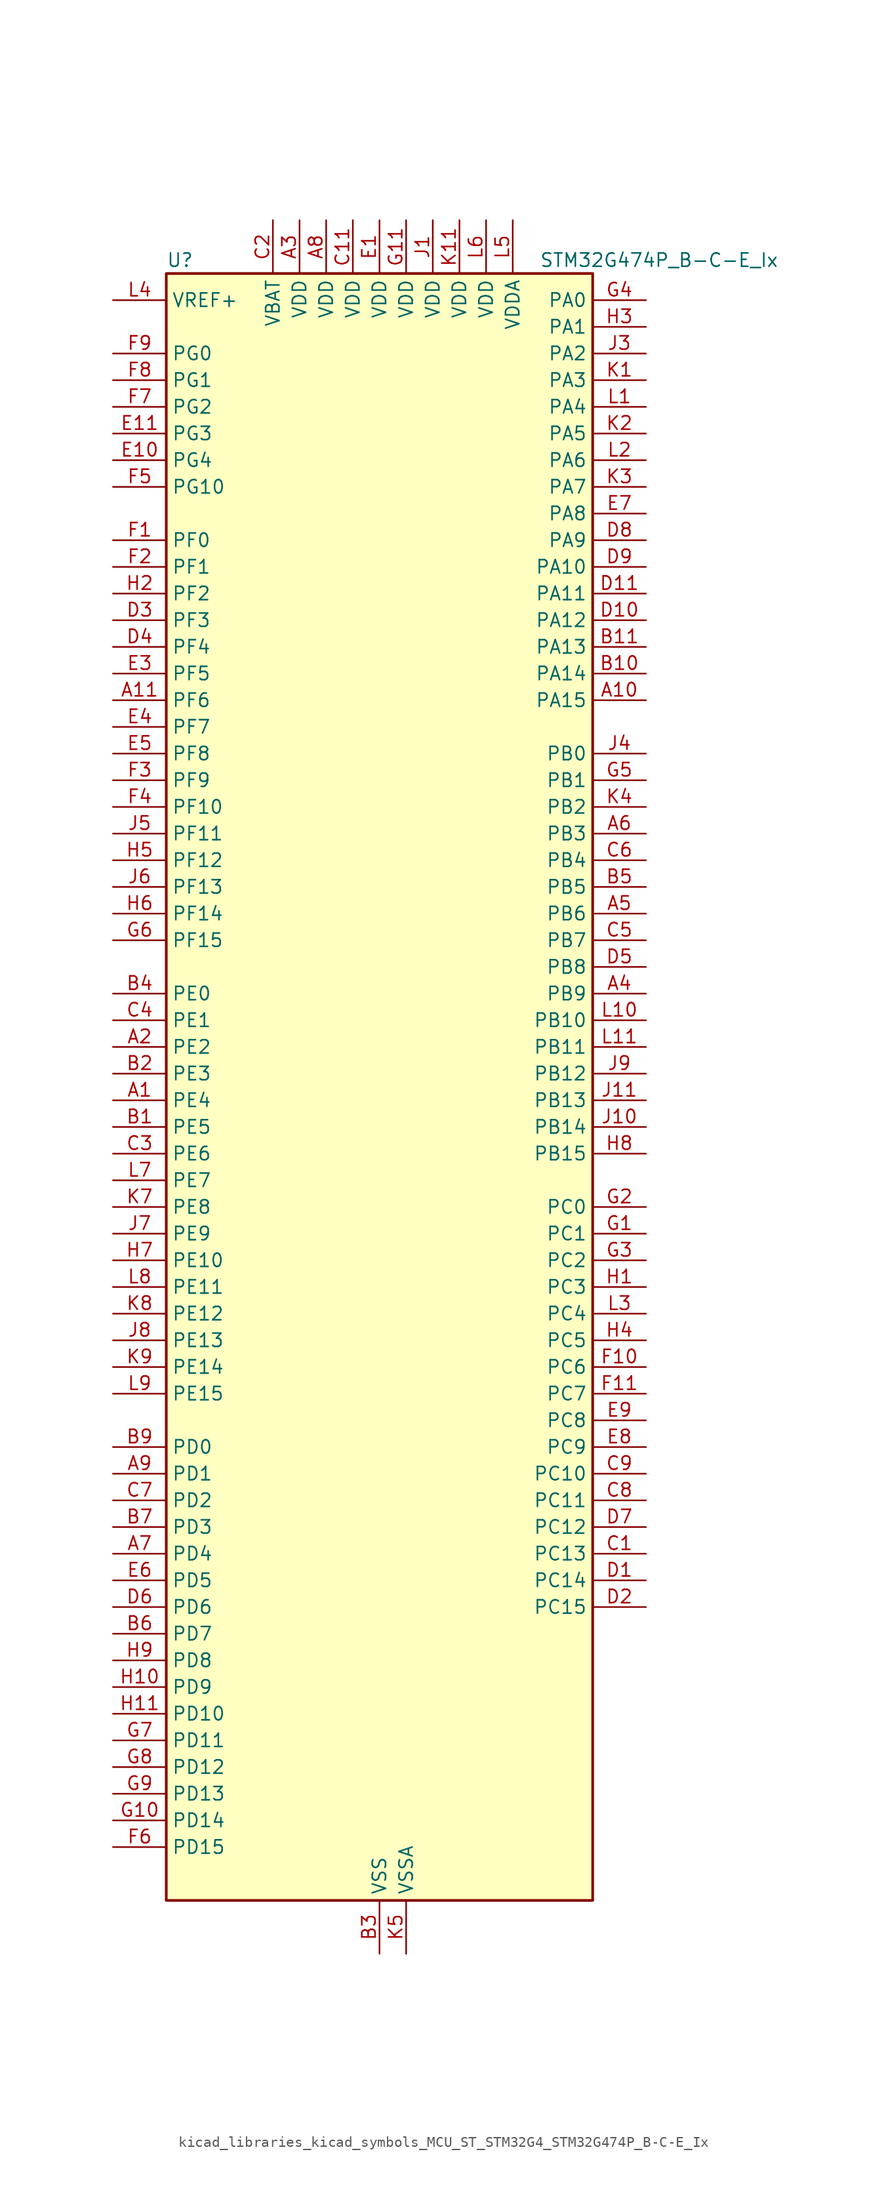
<source format=kicad_sym>
(kicad_symbol_lib
  (version 20220914)
  (generator kicad_symbol_editor)
  (symbol "kicad_libraries_kicad_symbols_MCU_ST_STM32G4_STM32G474P_B-C-E_Ix"
    (property "Reference" "U"
      (at -20.32 80.01 0)
      (effects (font (size 1.27 1.27)) (justify left)))
    (property "Value" "STM32G474P_B-C-E_Ix"
      (at 15.24 80.01 0)
      (effects (font (size 1.27 1.27)) (justify left)))
    (property "ki_locked" ""
      (at 0 0 0)
      (effects (font (size 1.27 1.27))))
    (symbol "kicad_libraries_kicad_symbols_MCU_ST_STM32G4_STM32G474P_B-C-E_Ix_0_1"
      (rectangle (start -20.32 -76.2) (end 20.32 78.74) (stroke (width 0.254) (type default)) (fill (type background))))
    (symbol "kicad_libraries_kicad_symbols_MCU_ST_STM32G4_STM32G474P_B-C-E_Ix_1_1"
      (pin bidirectional line (at -25.4 0 0) (length 5.08) (name "PE4" (effects (font (size 1.27 1.27)))) (number "A1" (effects (font (size 1.27 1.27)))) (alternate "FMC_A20" bidirectional line) (alternate "SAI1_D2" bidirectional line) (alternate "SAI1_FS_A" bidirectional line) (alternate "SPI4_NSS" bidirectional line) (alternate "SYS_TRACED1" bidirectional line) (alternate "TIM20_CH1N" bidirectional line) (alternate "TIM3_CH3" bidirectional line))
      (pin bidirectional line (at 25.4 38.1 180) (length 5.08) (name "PA15" (effects (font (size 1.27 1.27)))) (number "A10" (effects (font (size 1.27 1.27)))) (alternate "ADC1_EXTI15" bidirectional line) (alternate "ADC2_EXTI15" bidirectional line) (alternate "FDCAN3_TX" bidirectional line) (alternate "HRTIM1_FLT2" bidirectional line) (alternate "I2C1_SCL" bidirectional line) (alternate "I2S3_WS" bidirectional line) (alternate "SPI1_NSS" bidirectional line) (alternate "SPI3_NSS" bidirectional line) (alternate "SYS_JTDI" bidirectional line) (alternate "TIM1_BKIN" bidirectional line) (alternate "TIM2_CH1" bidirectional line) (alternate "TIM2_ETR" bidirectional line) (alternate "TIM8_CH1" bidirectional line) (alternate "UART4_DE" bidirectional line) (alternate "UART4_RTS" bidirectional line) (alternate "USART2_RX" bidirectional line))
      (pin bidirectional line (at -25.4 38.1 0) (length 5.08) (name "PF6" (effects (font (size 1.27 1.27)))) (number "A11" (effects (font (size 1.27 1.27)))) (alternate "I2C2_SCL" bidirectional line) (alternate "QUADSPI1_BK1_IO3" bidirectional line) (alternate "SAI1_SD_B" bidirectional line) (alternate "TIM4_CH4" bidirectional line) (alternate "TIM5_CH1" bidirectional line) (alternate "TIM5_ETR" bidirectional line) (alternate "USART3_RTS" bidirectional line))
      (pin bidirectional line (at -25.4 5.08 0) (length 5.08) (name "PE2" (effects (font (size 1.27 1.27)))) (number "A2" (effects (font (size 1.27 1.27)))) (alternate "ADC3_EXTI2" bidirectional line) (alternate "ADC4_EXTI2" bidirectional line) (alternate "ADC5_EXTI2" bidirectional line) (alternate "FMC_A23" bidirectional line) (alternate "SAI1_CK1" bidirectional line) (alternate "SAI1_MCLK_A" bidirectional line) (alternate "SPI4_SCK" bidirectional line) (alternate "SYS_TRACECLK" bidirectional line) (alternate "TIM20_CH1" bidirectional line) (alternate "TIM3_CH1" bidirectional line))
      (pin power_in line (at -7.62 83.82 270) (length 5.08) (name "VDD" (effects (font (size 1.27 1.27)))) (number "A3" (effects (font (size 1.27 1.27)))))
      (pin bidirectional line (at 25.4 10.16 180) (length 5.08) (name "PB9" (effects (font (size 1.27 1.27)))) (number "A4" (effects (font (size 1.27 1.27)))) (alternate "COMP2_OUT" bidirectional line) (alternate "DAC1_EXTI9" bidirectional line) (alternate "DAC2_EXTI9" bidirectional line) (alternate "DAC3_EXTI9" bidirectional line) (alternate "DAC4_EXTI9" bidirectional line) (alternate "FDCAN1_TX" bidirectional line) (alternate "HRTIM1_EEV5" bidirectional line) (alternate "I2C1_SDA" bidirectional line) (alternate "IR_OUT" bidirectional line) (alternate "SAI1_D2" bidirectional line) (alternate "SAI1_FS_A" bidirectional line) (alternate "TIM17_CH1" bidirectional line) (alternate "TIM1_CH3N" bidirectional line) (alternate "TIM4_CH4" bidirectional line) (alternate "TIM8_CH3" bidirectional line) (alternate "USART3_TX" bidirectional line))
      (pin bidirectional line (at 25.4 17.78 180) (length 5.08) (name "PB6" (effects (font (size 1.27 1.27)))) (number "A5" (effects (font (size 1.27 1.27)))) (alternate "COMP4_OUT" bidirectional line) (alternate "FDCAN2_TX" bidirectional line) (alternate "HRTIM1_EEV4" bidirectional line) (alternate "HRTIM1_SCIN" bidirectional line) (alternate "LPTIM1_ETR" bidirectional line) (alternate "SAI1_FS_B" bidirectional line) (alternate "TIM16_CH1N" bidirectional line) (alternate "TIM4_CH1" bidirectional line) (alternate "TIM8_BKIN2" bidirectional line) (alternate "TIM8_CH1" bidirectional line) (alternate "TIM8_ETR" bidirectional line) (alternate "UCPD1_CC1" bidirectional line) (alternate "USART1_TX" bidirectional line))
      (pin bidirectional line (at 25.4 25.4 180) (length 5.08) (name "PB3" (effects (font (size 1.27 1.27)))) (number "A6" (effects (font (size 1.27 1.27)))) (alternate "ADC3_EXTI3" bidirectional line) (alternate "ADC4_EXTI3" bidirectional line) (alternate "ADC5_EXTI3" bidirectional line) (alternate "CRS_SYNC" bidirectional line) (alternate "FDCAN3_RX" bidirectional line) (alternate "HRTIM1_EEV9" bidirectional line) (alternate "HRTIM1_SCOUT" bidirectional line) (alternate "I2S3_CK" bidirectional line) (alternate "SAI1_SCK_B" bidirectional line) (alternate "SPI1_SCK" bidirectional line) (alternate "SPI3_SCK" bidirectional line) (alternate "SYS_JTDO-SWO" bidirectional line) (alternate "TIM2_CH2" bidirectional line) (alternate "TIM3_ETR" bidirectional line) (alternate "TIM4_ETR" bidirectional line) (alternate "TIM8_CH1N" bidirectional line) (alternate "USART2_TX" bidirectional line))
      (pin bidirectional line (at -25.4 -43.18 0) (length 5.08) (name "PD4" (effects (font (size 1.27 1.27)))) (number "A7" (effects (font (size 1.27 1.27)))) (alternate "FMC_NOE" bidirectional line) (alternate "QUADSPI1_BK2_IO0" bidirectional line) (alternate "TIM2_CH2" bidirectional line) (alternate "USART2_DE" bidirectional line) (alternate "USART2_RTS" bidirectional line))
      (pin power_in line (at -5.08 83.82 270) (length 5.08) (name "VDD" (effects (font (size 1.27 1.27)))) (number "A8" (effects (font (size 1.27 1.27)))))
      (pin bidirectional line (at -25.4 -35.56 0) (length 5.08) (name "PD1" (effects (font (size 1.27 1.27)))) (number "A9" (effects (font (size 1.27 1.27)))) (alternate "FDCAN1_TX" bidirectional line) (alternate "FMC_D3" bidirectional line) (alternate "FMC_DA3" bidirectional line) (alternate "TIM8_BKIN2" bidirectional line) (alternate "TIM8_CH4" bidirectional line))
      (pin bidirectional line (at -25.4 -2.54 0) (length 5.08) (name "PE5" (effects (font (size 1.27 1.27)))) (number "B1" (effects (font (size 1.27 1.27)))) (alternate "FMC_A21" bidirectional line) (alternate "SAI1_CK2" bidirectional line) (alternate "SAI1_SCK_A" bidirectional line) (alternate "SPI4_MISO" bidirectional line) (alternate "SYS_TRACED2" bidirectional line) (alternate "TIM20_CH2N" bidirectional line) (alternate "TIM3_CH4" bidirectional line))
      (pin bidirectional line (at 25.4 40.64 180) (length 5.08) (name "PA14" (effects (font (size 1.27 1.27)))) (number "B10" (effects (font (size 1.27 1.27)))) (alternate "I2C1_SDA" bidirectional line) (alternate "I2C4_SMBA" bidirectional line) (alternate "LPTIM1_OUT" bidirectional line) (alternate "SAI1_FS_B" bidirectional line) (alternate "SYS_JTCK-SWCLK" bidirectional line) (alternate "TIM1_BKIN" bidirectional line) (alternate "TIM8_CH2" bidirectional line) (alternate "USART2_TX" bidirectional line))
      (pin bidirectional line (at 25.4 43.18 180) (length 5.08) (name "PA13" (effects (font (size 1.27 1.27)))) (number "B11" (effects (font (size 1.27 1.27)))) (alternate "I2C1_SCL" bidirectional line) (alternate "I2C4_SCL" bidirectional line) (alternate "IR_OUT" bidirectional line) (alternate "SAI1_SD_B" bidirectional line) (alternate "SYS_JTMS-SWDIO" bidirectional line) (alternate "TIM16_CH1N" bidirectional line) (alternate "TIM4_CH3" bidirectional line) (alternate "USART3_CTS" bidirectional line) (alternate "USART3_NSS" bidirectional line))
      (pin bidirectional line (at -25.4 2.54 0) (length 5.08) (name "PE3" (effects (font (size 1.27 1.27)))) (number "B2" (effects (font (size 1.27 1.27)))) (alternate "ADC3_EXTI3" bidirectional line) (alternate "ADC4_EXTI3" bidirectional line) (alternate "ADC5_EXTI3" bidirectional line) (alternate "FMC_A19" bidirectional line) (alternate "SAI1_SD_B" bidirectional line) (alternate "SPI4_NSS" bidirectional line) (alternate "SYS_TRACED0" bidirectional line) (alternate "TIM20_CH2" bidirectional line) (alternate "TIM3_CH2" bidirectional line))
      (pin power_in line (at 0 -81.28 90) (length 5.08) (name "VSS" (effects (font (size 1.27 1.27)))) (number "B3" (effects (font (size 1.27 1.27)))))
      (pin bidirectional line (at -25.4 10.16 0) (length 5.08) (name "PE0" (effects (font (size 1.27 1.27)))) (number "B4" (effects (font (size 1.27 1.27)))) (alternate "FMC_NBL0" bidirectional line) (alternate "TIM16_CH1" bidirectional line) (alternate "TIM20_CH4N" bidirectional line) (alternate "TIM20_ETR" bidirectional line) (alternate "TIM4_ETR" bidirectional line) (alternate "USART1_TX" bidirectional line))
      (pin bidirectional line (at 25.4 20.32 180) (length 5.08) (name "PB5" (effects (font (size 1.27 1.27)))) (number "B5" (effects (font (size 1.27 1.27)))) (alternate "FDCAN2_RX" bidirectional line) (alternate "HRTIM1_EEV6" bidirectional line) (alternate "I2C1_SMBA" bidirectional line) (alternate "I2C3_SDA" bidirectional line) (alternate "I2S3_SD" bidirectional line) (alternate "LPTIM1_IN1" bidirectional line) (alternate "SAI1_SD_B" bidirectional line) (alternate "SPI1_MOSI" bidirectional line) (alternate "SPI3_MOSI" bidirectional line) (alternate "TIM16_BKIN" bidirectional line) (alternate "TIM17_CH1" bidirectional line) (alternate "TIM3_CH2" bidirectional line) (alternate "TIM8_CH3N" bidirectional line) (alternate "UART5_CTS" bidirectional line) (alternate "USART2_CK" bidirectional line))
      (pin bidirectional line (at -25.4 -50.8 0) (length 5.08) (name "PD7" (effects (font (size 1.27 1.27)))) (number "B6" (effects (font (size 1.27 1.27)))) (alternate "FMC_NCE" bidirectional line) (alternate "FMC_NE1" bidirectional line) (alternate "QUADSPI1_BK2_IO3" bidirectional line) (alternate "TIM2_CH3" bidirectional line) (alternate "USART2_CK" bidirectional line))
      (pin bidirectional line (at -25.4 -40.64 0) (length 5.08) (name "PD3" (effects (font (size 1.27 1.27)))) (number "B7" (effects (font (size 1.27 1.27)))) (alternate "ADC3_EXTI3" bidirectional line) (alternate "ADC4_EXTI3" bidirectional line) (alternate "ADC5_EXTI3" bidirectional line) (alternate "FMC_CLK" bidirectional line) (alternate "QUADSPI1_BK2_NCS" bidirectional line) (alternate "TIM2_CH1" bidirectional line) (alternate "TIM2_ETR" bidirectional line) (alternate "USART2_CTS" bidirectional line) (alternate "USART2_NSS" bidirectional line))
      (pin passive line (at 0 -81.28 90) (length 5.08) hide (name "VSS" (effects (font (size 1.27 1.27)))) (number "B8" (effects (font (size 1.27 1.27)))))
      (pin bidirectional line (at -25.4 -33.02 0) (length 5.08) (name "PD0" (effects (font (size 1.27 1.27)))) (number "B9" (effects (font (size 1.27 1.27)))) (alternate "FDCAN1_RX" bidirectional line) (alternate "FMC_D2" bidirectional line) (alternate "FMC_DA2" bidirectional line) (alternate "TIM8_CH4N" bidirectional line))
      (pin bidirectional line (at 25.4 -43.18 180) (length 5.08) (name "PC13" (effects (font (size 1.27 1.27)))) (number "C1" (effects (font (size 1.27 1.27)))) (alternate "RTC_OUT1" bidirectional line) (alternate "RTC_TAMP1" bidirectional line) (alternate "RTC_TS" bidirectional line) (alternate "SYS_WKUP2" bidirectional line) (alternate "TIM1_BKIN" bidirectional line) (alternate "TIM1_CH1N" bidirectional line) (alternate "TIM8_CH4N" bidirectional line))
      (pin passive line (at 0 -81.28 90) (length 5.08) hide (name "VSS" (effects (font (size 1.27 1.27)))) (number "C10" (effects (font (size 1.27 1.27)))))
      (pin power_in line (at -2.54 83.82 270) (length 5.08) (name "VDD" (effects (font (size 1.27 1.27)))) (number "C11" (effects (font (size 1.27 1.27)))))
      (pin power_in line (at -10.16 83.82 270) (length 5.08) (name "VBAT" (effects (font (size 1.27 1.27)))) (number "C2" (effects (font (size 1.27 1.27)))))
      (pin bidirectional line (at -25.4 -5.08 0) (length 5.08) (name "PE6" (effects (font (size 1.27 1.27)))) (number "C3" (effects (font (size 1.27 1.27)))) (alternate "FMC_A22" bidirectional line) (alternate "RTC_TAMP3" bidirectional line) (alternate "SAI1_D1" bidirectional line) (alternate "SAI1_SD_A" bidirectional line) (alternate "SPI4_MOSI" bidirectional line) (alternate "SYS_TRACED3" bidirectional line) (alternate "SYS_WKUP3" bidirectional line) (alternate "TIM20_CH3N" bidirectional line))
      (pin bidirectional line (at -25.4 7.62 0) (length 5.08) (name "PE1" (effects (font (size 1.27 1.27)))) (number "C4" (effects (font (size 1.27 1.27)))) (alternate "FMC_NBL1" bidirectional line) (alternate "TIM17_CH1" bidirectional line) (alternate "TIM20_CH4" bidirectional line) (alternate "USART1_RX" bidirectional line))
      (pin bidirectional line (at 25.4 15.24 180) (length 5.08) (name "PB7" (effects (font (size 1.27 1.27)))) (number "C5" (effects (font (size 1.27 1.27)))) (alternate "COMP3_OUT" bidirectional line) (alternate "FMC_NL" bidirectional line) (alternate "HRTIM1_EEV3" bidirectional line) (alternate "I2C1_SDA" bidirectional line) (alternate "I2C4_SDA" bidirectional line) (alternate "LPTIM1_IN2" bidirectional line) (alternate "SYS_PVD_IN" bidirectional line) (alternate "TIM17_CH1N" bidirectional line) (alternate "TIM3_CH4" bidirectional line) (alternate "TIM4_CH2" bidirectional line) (alternate "TIM8_BKIN" bidirectional line) (alternate "UART4_CTS" bidirectional line) (alternate "USART1_RX" bidirectional line))
      (pin bidirectional line (at 25.4 22.86 180) (length 5.08) (name "PB4" (effects (font (size 1.27 1.27)))) (number "C6" (effects (font (size 1.27 1.27)))) (alternate "FDCAN3_TX" bidirectional line) (alternate "HRTIM1_EEV7" bidirectional line) (alternate "SAI1_MCLK_B" bidirectional line) (alternate "SPI1_MISO" bidirectional line) (alternate "SPI3_MISO" bidirectional line) (alternate "SYS_JTRST" bidirectional line) (alternate "TIM16_CH1" bidirectional line) (alternate "TIM17_BKIN" bidirectional line) (alternate "TIM3_CH1" bidirectional line) (alternate "TIM8_CH2N" bidirectional line) (alternate "UART5_DE" bidirectional line) (alternate "UART5_RTS" bidirectional line) (alternate "UCPD1_CC2" bidirectional line) (alternate "USART2_RX" bidirectional line))
      (pin bidirectional line (at -25.4 -38.1 0) (length 5.08) (name "PD2" (effects (font (size 1.27 1.27)))) (number "C7" (effects (font (size 1.27 1.27)))) (alternate "ADC3_EXTI2" bidirectional line) (alternate "ADC4_EXTI2" bidirectional line) (alternate "ADC5_EXTI2" bidirectional line) (alternate "TIM3_ETR" bidirectional line) (alternate "TIM8_BKIN" bidirectional line) (alternate "UART5_RX" bidirectional line))
      (pin bidirectional line (at 25.4 -38.1 180) (length 5.08) (name "PC11" (effects (font (size 1.27 1.27)))) (number "C8" (effects (font (size 1.27 1.27)))) (alternate "ADC1_EXTI11" bidirectional line) (alternate "ADC2_EXTI11" bidirectional line) (alternate "HRTIM1_EEV2" bidirectional line) (alternate "I2C3_SDA" bidirectional line) (alternate "SPI3_MISO" bidirectional line) (alternate "TIM8_CH2N" bidirectional line) (alternate "UART4_RX" bidirectional line) (alternate "USART3_RX" bidirectional line))
      (pin bidirectional line (at 25.4 -35.56 180) (length 5.08) (name "PC10" (effects (font (size 1.27 1.27)))) (number "C9" (effects (font (size 1.27 1.27)))) (alternate "DAC1_EXTI10" bidirectional line) (alternate "DAC2_EXTI10" bidirectional line) (alternate "DAC3_EXTI10" bidirectional line) (alternate "DAC4_EXTI10" bidirectional line) (alternate "HRTIM1_FLT6" bidirectional line) (alternate "I2S3_CK" bidirectional line) (alternate "SPI3_SCK" bidirectional line) (alternate "TIM8_CH1N" bidirectional line) (alternate "UART4_TX" bidirectional line) (alternate "USART3_TX" bidirectional line))
      (pin bidirectional line (at 25.4 -45.72 180) (length 5.08) (name "PC14" (effects (font (size 1.27 1.27)))) (number "D1" (effects (font (size 1.27 1.27)))) (alternate "RCC_OSC32_IN" bidirectional line))
      (pin bidirectional line (at 25.4 45.72 180) (length 5.08) (name "PA12" (effects (font (size 1.27 1.27)))) (number "D10" (effects (font (size 1.27 1.27)))) (alternate "COMP2_OUT" bidirectional line) (alternate "FDCAN1_TX" bidirectional line) (alternate "HRTIM1_FLT1" bidirectional line) (alternate "I2S_CKIN" bidirectional line) (alternate "TIM16_CH1" bidirectional line) (alternate "TIM1_CH2N" bidirectional line) (alternate "TIM1_ETR" bidirectional line) (alternate "TIM4_CH2" bidirectional line) (alternate "USART1_DE" bidirectional line) (alternate "USART1_RTS" bidirectional line) (alternate "USB_DP" bidirectional line))
      (pin bidirectional line (at 25.4 48.26 180) (length 5.08) (name "PA11" (effects (font (size 1.27 1.27)))) (number "D11" (effects (font (size 1.27 1.27)))) (alternate "ADC1_EXTI11" bidirectional line) (alternate "ADC2_EXTI11" bidirectional line) (alternate "COMP1_OUT" bidirectional line) (alternate "FDCAN1_RX" bidirectional line) (alternate "HRTIM1_CHB2" bidirectional line) (alternate "I2S2_SD" bidirectional line) (alternate "SPI2_MOSI" bidirectional line) (alternate "TIM1_BKIN2" bidirectional line) (alternate "TIM1_CH1N" bidirectional line) (alternate "TIM1_CH4" bidirectional line) (alternate "TIM4_CH1" bidirectional line) (alternate "USART1_CTS" bidirectional line) (alternate "USART1_NSS" bidirectional line) (alternate "USB_DM" bidirectional line))
      (pin bidirectional line (at 25.4 -48.26 180) (length 5.08) (name "PC15" (effects (font (size 1.27 1.27)))) (number "D2" (effects (font (size 1.27 1.27)))) (alternate "ADC1_EXTI15" bidirectional line) (alternate "ADC2_EXTI15" bidirectional line) (alternate "RCC_OSC32_OUT" bidirectional line))
      (pin bidirectional line (at -25.4 45.72 0) (length 5.08) (name "PF3" (effects (font (size 1.27 1.27)))) (number "D3" (effects (font (size 1.27 1.27)))) (alternate "ADC3_EXTI3" bidirectional line) (alternate "ADC4_EXTI3" bidirectional line) (alternate "ADC5_EXTI3" bidirectional line) (alternate "FMC_A3" bidirectional line) (alternate "I2C3_SCL" bidirectional line) (alternate "TIM20_CH4" bidirectional line))
      (pin bidirectional line (at -25.4 43.18 0) (length 5.08) (name "PF4" (effects (font (size 1.27 1.27)))) (number "D4" (effects (font (size 1.27 1.27)))) (alternate "COMP1_OUT" bidirectional line) (alternate "FMC_A4" bidirectional line) (alternate "I2C3_SDA" bidirectional line) (alternate "TIM20_CH1N" bidirectional line))
      (pin bidirectional line (at 25.4 12.7 180) (length 5.08) (name "PB8" (effects (font (size 1.27 1.27)))) (number "D5" (effects (font (size 1.27 1.27)))) (alternate "COMP1_OUT" bidirectional line) (alternate "FDCAN1_RX" bidirectional line) (alternate "HRTIM1_EEV8" bidirectional line) (alternate "I2C1_SCL" bidirectional line) (alternate "SAI1_CK1" bidirectional line) (alternate "SAI1_MCLK_A" bidirectional line) (alternate "TIM16_CH1" bidirectional line) (alternate "TIM1_BKIN" bidirectional line) (alternate "TIM4_CH3" bidirectional line) (alternate "TIM8_CH2" bidirectional line) (alternate "USART3_RX" bidirectional line))
      (pin bidirectional line (at -25.4 -48.26 0) (length 5.08) (name "PD6" (effects (font (size 1.27 1.27)))) (number "D6" (effects (font (size 1.27 1.27)))) (alternate "FMC_NWAIT" bidirectional line) (alternate "QUADSPI1_BK2_IO2" bidirectional line) (alternate "SAI1_D1" bidirectional line) (alternate "SAI1_SD_A" bidirectional line) (alternate "TIM2_CH4" bidirectional line) (alternate "USART2_RX" bidirectional line))
      (pin bidirectional line (at 25.4 -40.64 180) (length 5.08) (name "PC12" (effects (font (size 1.27 1.27)))) (number "D7" (effects (font (size 1.27 1.27)))) (alternate "HRTIM1_EEV1" bidirectional line) (alternate "I2S3_SD" bidirectional line) (alternate "SPI3_MOSI" bidirectional line) (alternate "TIM5_CH2" bidirectional line) (alternate "TIM8_CH3N" bidirectional line) (alternate "UART5_TX" bidirectional line) (alternate "UCPD1_FRSTX1" bidirectional line) (alternate "UCPD1_FRSTX2" bidirectional line) (alternate "USART3_CK" bidirectional line))
      (pin bidirectional line (at 25.4 53.34 180) (length 5.08) (name "PA9" (effects (font (size 1.27 1.27)))) (number "D8" (effects (font (size 1.27 1.27)))) (alternate "ADC5_IN2" bidirectional line) (alternate "COMP5_OUT" bidirectional line) (alternate "DAC1_EXTI9" bidirectional line) (alternate "DAC2_EXTI9" bidirectional line) (alternate "DAC3_EXTI9" bidirectional line) (alternate "DAC4_EXTI9" bidirectional line) (alternate "HRTIM1_CHA2" bidirectional line) (alternate "I2C2_SCL" bidirectional line) (alternate "I2C3_SMBA" bidirectional line) (alternate "I2S3_MCK" bidirectional line) (alternate "SAI1_FS_A" bidirectional line) (alternate "TIM15_BKIN" bidirectional line) (alternate "TIM1_CH2" bidirectional line) (alternate "TIM2_CH3" bidirectional line) (alternate "UCPD1_DBCC1" bidirectional line) (alternate "USART1_TX" bidirectional line))
      (pin bidirectional line (at 25.4 50.8 180) (length 5.08) (name "PA10" (effects (font (size 1.27 1.27)))) (number "D9" (effects (font (size 1.27 1.27)))) (alternate "COMP6_OUT" bidirectional line) (alternate "CRS_SYNC" bidirectional line) (alternate "DAC1_EXTI10" bidirectional line) (alternate "DAC2_EXTI10" bidirectional line) (alternate "DAC3_EXTI10" bidirectional line) (alternate "DAC4_EXTI10" bidirectional line) (alternate "HRTIM1_CHB1" bidirectional line) (alternate "I2C2_SMBA" bidirectional line) (alternate "SAI1_D1" bidirectional line) (alternate "SAI1_SD_A" bidirectional line) (alternate "SPI2_MISO" bidirectional line) (alternate "TIM17_BKIN" bidirectional line) (alternate "TIM1_CH3" bidirectional line) (alternate "TIM2_CH4" bidirectional line) (alternate "TIM8_BKIN" bidirectional line) (alternate "UCPD1_DBCC2" bidirectional line) (alternate "USART1_RX" bidirectional line))
      (pin power_in line (at 0 83.82 270) (length 5.08) (name "VDD" (effects (font (size 1.27 1.27)))) (number "E1" (effects (font (size 1.27 1.27)))))
      (pin bidirectional line (at -25.4 60.96 0) (length 5.08) (name "PG4" (effects (font (size 1.27 1.27)))) (number "E10" (effects (font (size 1.27 1.27)))) (alternate "FMC_A14" bidirectional line) (alternate "I2C4_SDA" bidirectional line) (alternate "SPI1_MOSI" bidirectional line) (alternate "TIM20_BKIN2" bidirectional line))
      (pin bidirectional line (at -25.4 63.5 0) (length 5.08) (name "PG3" (effects (font (size 1.27 1.27)))) (number "E11" (effects (font (size 1.27 1.27)))) (alternate "ADC3_EXTI3" bidirectional line) (alternate "ADC4_EXTI3" bidirectional line) (alternate "ADC5_EXTI3" bidirectional line) (alternate "FMC_A13" bidirectional line) (alternate "I2C4_SCL" bidirectional line) (alternate "SPI1_MISO" bidirectional line) (alternate "TIM20_BKIN" bidirectional line) (alternate "TIM20_CH4N" bidirectional line))
      (pin passive line (at 0 -81.28 90) (length 5.08) hide (name "VSS" (effects (font (size 1.27 1.27)))) (number "E2" (effects (font (size 1.27 1.27)))))
      (pin bidirectional line (at -25.4 40.64 0) (length 5.08) (name "PF5" (effects (font (size 1.27 1.27)))) (number "E3" (effects (font (size 1.27 1.27)))) (alternate "FMC_A5" bidirectional line) (alternate "TIM20_CH2N" bidirectional line))
      (pin bidirectional line (at -25.4 35.56 0) (length 5.08) (name "PF7" (effects (font (size 1.27 1.27)))) (number "E4" (effects (font (size 1.27 1.27)))) (alternate "FMC_A1" bidirectional line) (alternate "QUADSPI1_BK1_IO2" bidirectional line) (alternate "SAI1_MCLK_B" bidirectional line) (alternate "TIM20_BKIN" bidirectional line) (alternate "TIM5_CH2" bidirectional line))
      (pin bidirectional line (at -25.4 33.02 0) (length 5.08) (name "PF8" (effects (font (size 1.27 1.27)))) (number "E5" (effects (font (size 1.27 1.27)))) (alternate "FMC_A24" bidirectional line) (alternate "QUADSPI1_BK1_IO0" bidirectional line) (alternate "SAI1_SCK_B" bidirectional line) (alternate "TIM20_BKIN2" bidirectional line) (alternate "TIM5_CH3" bidirectional line))
      (pin bidirectional line (at -25.4 -45.72 0) (length 5.08) (name "PD5" (effects (font (size 1.27 1.27)))) (number "E6" (effects (font (size 1.27 1.27)))) (alternate "FMC_NWE" bidirectional line) (alternate "QUADSPI1_BK2_IO1" bidirectional line) (alternate "USART2_TX" bidirectional line))
      (pin bidirectional line (at 25.4 55.88 180) (length 5.08) (name "PA8" (effects (font (size 1.27 1.27)))) (number "E7" (effects (font (size 1.27 1.27)))) (alternate "ADC5_IN1" bidirectional line) (alternate "COMP7_OUT" bidirectional line) (alternate "FDCAN3_RX" bidirectional line) (alternate "HRTIM1_CHA1" bidirectional line) (alternate "I2C2_SDA" bidirectional line) (alternate "I2C3_SCL" bidirectional line) (alternate "I2S2_MCK" bidirectional line) (alternate "OPAMP5_VOUT" bidirectional line) (alternate "RCC_MCO" bidirectional line) (alternate "SAI1_CK2" bidirectional line) (alternate "SAI1_SCK_A" bidirectional line) (alternate "TIM1_CH1" bidirectional line) (alternate "TIM4_ETR" bidirectional line) (alternate "USART1_CK" bidirectional line))
      (pin bidirectional line (at 25.4 -33.02 180) (length 5.08) (name "PC9" (effects (font (size 1.27 1.27)))) (number "E8" (effects (font (size 1.27 1.27)))) (alternate "DAC1_EXTI9" bidirectional line) (alternate "DAC2_EXTI9" bidirectional line) (alternate "DAC3_EXTI9" bidirectional line) (alternate "DAC4_EXTI9" bidirectional line) (alternate "HRTIM1_CHE2" bidirectional line) (alternate "I2C3_SDA" bidirectional line) (alternate "I2S_CKIN" bidirectional line) (alternate "TIM3_CH4" bidirectional line) (alternate "TIM8_BKIN2" bidirectional line) (alternate "TIM8_CH4" bidirectional line))
      (pin bidirectional line (at 25.4 -30.48 180) (length 5.08) (name "PC8" (effects (font (size 1.27 1.27)))) (number "E9" (effects (font (size 1.27 1.27)))) (alternate "COMP7_OUT" bidirectional line) (alternate "HRTIM1_CHE1" bidirectional line) (alternate "I2C3_SCL" bidirectional line) (alternate "TIM20_CH3" bidirectional line) (alternate "TIM3_CH3" bidirectional line) (alternate "TIM8_CH3" bidirectional line))
      (pin bidirectional line (at -25.4 53.34 0) (length 5.08) (name "PF0" (effects (font (size 1.27 1.27)))) (number "F1" (effects (font (size 1.27 1.27)))) (alternate "ADC1_IN10" bidirectional line) (alternate "I2C2_SDA" bidirectional line) (alternate "I2S2_WS" bidirectional line) (alternate "RCC_OSC_IN" bidirectional line) (alternate "SPI2_NSS" bidirectional line) (alternate "TIM1_CH3N" bidirectional line))
      (pin bidirectional line (at 25.4 -25.4 180) (length 5.08) (name "PC6" (effects (font (size 1.27 1.27)))) (number "F10" (effects (font (size 1.27 1.27)))) (alternate "COMP6_OUT" bidirectional line) (alternate "HRTIM1_CHF1" bidirectional line) (alternate "HRTIM1_EEV10" bidirectional line) (alternate "I2C4_SCL" bidirectional line) (alternate "I2S2_MCK" bidirectional line) (alternate "TIM3_CH1" bidirectional line) (alternate "TIM8_CH1" bidirectional line))
      (pin bidirectional line (at 25.4 -27.94 180) (length 5.08) (name "PC7" (effects (font (size 1.27 1.27)))) (number "F11" (effects (font (size 1.27 1.27)))) (alternate "COMP5_OUT" bidirectional line) (alternate "HRTIM1_CHF2" bidirectional line) (alternate "HRTIM1_FLT5" bidirectional line) (alternate "I2C4_SDA" bidirectional line) (alternate "I2S3_MCK" bidirectional line) (alternate "TIM3_CH2" bidirectional line) (alternate "TIM8_CH2" bidirectional line))
      (pin bidirectional line (at -25.4 50.8 0) (length 5.08) (name "PF1" (effects (font (size 1.27 1.27)))) (number "F2" (effects (font (size 1.27 1.27)))) (alternate "ADC2_IN10" bidirectional line) (alternate "COMP3_INM" bidirectional line) (alternate "I2S2_CK" bidirectional line) (alternate "RCC_OSC_OUT" bidirectional line) (alternate "SPI2_SCK" bidirectional line))
      (pin bidirectional line (at -25.4 30.48 0) (length 5.08) (name "PF9" (effects (font (size 1.27 1.27)))) (number "F3" (effects (font (size 1.27 1.27)))) (alternate "DAC1_EXTI9" bidirectional line) (alternate "DAC2_EXTI9" bidirectional line) (alternate "DAC3_EXTI9" bidirectional line) (alternate "DAC4_EXTI9" bidirectional line) (alternate "FMC_A25" bidirectional line) (alternate "QUADSPI1_BK1_IO1" bidirectional line) (alternate "SAI1_FS_B" bidirectional line) (alternate "SPI2_SCK" bidirectional line) (alternate "TIM15_CH1" bidirectional line) (alternate "TIM20_BKIN" bidirectional line) (alternate "TIM5_CH4" bidirectional line))
      (pin bidirectional line (at -25.4 27.94 0) (length 5.08) (name "PF10" (effects (font (size 1.27 1.27)))) (number "F4" (effects (font (size 1.27 1.27)))) (alternate "DAC1_EXTI10" bidirectional line) (alternate "DAC2_EXTI10" bidirectional line) (alternate "DAC3_EXTI10" bidirectional line) (alternate "DAC4_EXTI10" bidirectional line) (alternate "FMC_A0" bidirectional line) (alternate "QUADSPI1_CLK" bidirectional line) (alternate "SAI1_D3" bidirectional line) (alternate "SPI2_SCK" bidirectional line) (alternate "TIM15_CH2" bidirectional line) (alternate "TIM20_BKIN2" bidirectional line))
      (pin bidirectional line (at -25.4 58.42 0) (length 5.08) (name "PG10" (effects (font (size 1.27 1.27)))) (number "F5" (effects (font (size 1.27 1.27)))) (alternate "DAC1_EXTI10" bidirectional line) (alternate "DAC2_EXTI10" bidirectional line) (alternate "DAC3_EXTI10" bidirectional line) (alternate "DAC4_EXTI10" bidirectional line) (alternate "RCC_MCO" bidirectional line))
      (pin bidirectional line (at -25.4 -71.12 0) (length 5.08) (name "PD15" (effects (font (size 1.27 1.27)))) (number "F6" (effects (font (size 1.27 1.27)))) (alternate "ADC1_EXTI15" bidirectional line) (alternate "ADC2_EXTI15" bidirectional line) (alternate "COMP7_INM" bidirectional line) (alternate "FMC_D1" bidirectional line) (alternate "FMC_DA1" bidirectional line) (alternate "SPI2_NSS" bidirectional line) (alternate "TIM4_CH4" bidirectional line))
      (pin bidirectional line (at -25.4 66.04 0) (length 5.08) (name "PG2" (effects (font (size 1.27 1.27)))) (number "F7" (effects (font (size 1.27 1.27)))) (alternate "ADC3_EXTI2" bidirectional line) (alternate "ADC4_EXTI2" bidirectional line) (alternate "ADC5_EXTI2" bidirectional line) (alternate "FMC_A12" bidirectional line) (alternate "SPI1_SCK" bidirectional line) (alternate "TIM20_CH3N" bidirectional line))
      (pin bidirectional line (at -25.4 68.58 0) (length 5.08) (name "PG1" (effects (font (size 1.27 1.27)))) (number "F8" (effects (font (size 1.27 1.27)))) (alternate "FMC_A11" bidirectional line) (alternate "TIM20_CH2N" bidirectional line))
      (pin bidirectional line (at -25.4 71.12 0) (length 5.08) (name "PG0" (effects (font (size 1.27 1.27)))) (number "F9" (effects (font (size 1.27 1.27)))) (alternate "FMC_A10" bidirectional line) (alternate "TIM20_CH1N" bidirectional line))
      (pin bidirectional line (at 25.4 -12.7 180) (length 5.08) (name "PC1" (effects (font (size 1.27 1.27)))) (number "G1" (effects (font (size 1.27 1.27)))) (alternate "ADC1_IN7" bidirectional line) (alternate "ADC2_IN7" bidirectional line) (alternate "COMP3_INP" bidirectional line) (alternate "LPTIM1_OUT" bidirectional line) (alternate "LPUART1_TX" bidirectional line) (alternate "QUADSPI1_BK2_IO0" bidirectional line) (alternate "SAI1_SD_A" bidirectional line) (alternate "TIM1_CH2" bidirectional line))
      (pin bidirectional line (at -25.4 -68.58 0) (length 5.08) (name "PD14" (effects (font (size 1.27 1.27)))) (number "G10" (effects (font (size 1.27 1.27)))) (alternate "ADC3_IN11" bidirectional line) (alternate "ADC4_IN11" bidirectional line) (alternate "ADC5_IN11" bidirectional line) (alternate "COMP7_INP" bidirectional line) (alternate "FMC_D0" bidirectional line) (alternate "FMC_DA0" bidirectional line) (alternate "OPAMP2_VINP" bidirectional line) (alternate "OPAMP2_VINP_SEC" bidirectional line) (alternate "TIM4_CH3" bidirectional line))
      (pin power_in line (at 2.54 83.82 270) (length 5.08) (name "VDD" (effects (font (size 1.27 1.27)))) (number "G11" (effects (font (size 1.27 1.27)))))
      (pin bidirectional line (at 25.4 -10.16 180) (length 5.08) (name "PC0" (effects (font (size 1.27 1.27)))) (number "G2" (effects (font (size 1.27 1.27)))) (alternate "ADC1_IN6" bidirectional line) (alternate "ADC2_IN6" bidirectional line) (alternate "COMP3_INM" bidirectional line) (alternate "LPTIM1_IN1" bidirectional line) (alternate "LPUART1_RX" bidirectional line) (alternate "TIM1_CH1" bidirectional line))
      (pin bidirectional line (at 25.4 -15.24 180) (length 5.08) (name "PC2" (effects (font (size 1.27 1.27)))) (number "G3" (effects (font (size 1.27 1.27)))) (alternate "ADC1_IN8" bidirectional line) (alternate "ADC2_IN8" bidirectional line) (alternate "ADC3_EXTI2" bidirectional line) (alternate "ADC4_EXTI2" bidirectional line) (alternate "ADC5_EXTI2" bidirectional line) (alternate "COMP3_OUT" bidirectional line) (alternate "LPTIM1_IN2" bidirectional line) (alternate "QUADSPI1_BK2_IO1" bidirectional line) (alternate "TIM1_CH3" bidirectional line) (alternate "TIM20_CH2" bidirectional line))
      (pin bidirectional line (at 25.4 76.2 180) (length 5.08) (name "PA0" (effects (font (size 1.27 1.27)))) (number "G4" (effects (font (size 1.27 1.27)))) (alternate "ADC1_IN1" bidirectional line) (alternate "ADC2_IN1" bidirectional line) (alternate "COMP1_INM" bidirectional line) (alternate "COMP1_OUT" bidirectional line) (alternate "COMP3_INP" bidirectional line) (alternate "RTC_TAMP2" bidirectional line) (alternate "SYS_WKUP1" bidirectional line) (alternate "TIM2_CH1" bidirectional line) (alternate "TIM2_ETR" bidirectional line) (alternate "TIM5_CH1" bidirectional line) (alternate "TIM8_BKIN" bidirectional line) (alternate "TIM8_ETR" bidirectional line) (alternate "USART2_CTS" bidirectional line) (alternate "USART2_NSS" bidirectional line))
      (pin bidirectional line (at 25.4 30.48 180) (length 5.08) (name "PB1" (effects (font (size 1.27 1.27)))) (number "G5" (effects (font (size 1.27 1.27)))) (alternate "ADC1_IN12" bidirectional line) (alternate "ADC3_IN1" bidirectional line) (alternate "COMP1_INP" bidirectional line) (alternate "COMP4_OUT" bidirectional line) (alternate "HRTIM1_SCOUT" bidirectional line) (alternate "LPUART1_DE" bidirectional line) (alternate "LPUART1_RTS" bidirectional line) (alternate "OPAMP3_VOUT" bidirectional line) (alternate "OPAMP6_VINM" bidirectional line) (alternate "OPAMP6_VINM1" bidirectional line) (alternate "OPAMP6_VINM_SEC" bidirectional line) (alternate "QUADSPI1_BK1_IO0" bidirectional line) (alternate "TIM1_CH3N" bidirectional line) (alternate "TIM3_CH4" bidirectional line) (alternate "TIM8_CH3N" bidirectional line))
      (pin bidirectional line (at -25.4 15.24 0) (length 5.08) (name "PF15" (effects (font (size 1.27 1.27)))) (number "G6" (effects (font (size 1.27 1.27)))) (alternate "ADC1_EXTI15" bidirectional line) (alternate "ADC2_EXTI15" bidirectional line) (alternate "FMC_A9" bidirectional line) (alternate "I2C4_SDA" bidirectional line) (alternate "TIM20_CH4" bidirectional line))
      (pin bidirectional line (at -25.4 -60.96 0) (length 5.08) (name "PD11" (effects (font (size 1.27 1.27)))) (number "G7" (effects (font (size 1.27 1.27)))) (alternate "ADC1_EXTI11" bidirectional line) (alternate "ADC2_EXTI11" bidirectional line) (alternate "ADC3_IN8" bidirectional line) (alternate "ADC4_IN8" bidirectional line) (alternate "ADC5_IN8" bidirectional line) (alternate "COMP6_INP" bidirectional line) (alternate "FMC_A16" bidirectional line) (alternate "FMC_CLE" bidirectional line) (alternate "I2C4_SMBA" bidirectional line) (alternate "OPAMP4_VINP" bidirectional line) (alternate "OPAMP4_VINP_SEC" bidirectional line) (alternate "TIM5_ETR" bidirectional line) (alternate "USART3_CTS" bidirectional line) (alternate "USART3_NSS" bidirectional line))
      (pin bidirectional line (at -25.4 -63.5 0) (length 5.08) (name "PD12" (effects (font (size 1.27 1.27)))) (number "G8" (effects (font (size 1.27 1.27)))) (alternate "ADC3_IN9" bidirectional line) (alternate "ADC4_IN9" bidirectional line) (alternate "ADC5_IN9" bidirectional line) (alternate "COMP5_INP" bidirectional line) (alternate "FMC_A17" bidirectional line) (alternate "FMC_ALE" bidirectional line) (alternate "OPAMP5_VINP" bidirectional line) (alternate "OPAMP5_VINP_SEC" bidirectional line) (alternate "TIM4_CH1" bidirectional line) (alternate "USART3_DE" bidirectional line) (alternate "USART3_RTS" bidirectional line))
      (pin bidirectional line (at -25.4 -66.04 0) (length 5.08) (name "PD13" (effects (font (size 1.27 1.27)))) (number "G9" (effects (font (size 1.27 1.27)))) (alternate "ADC3_IN10" bidirectional line) (alternate "ADC4_IN10" bidirectional line) (alternate "ADC5_IN10" bidirectional line) (alternate "COMP5_INM" bidirectional line) (alternate "FMC_A18" bidirectional line) (alternate "TIM4_CH2" bidirectional line))
      (pin bidirectional line (at 25.4 -17.78 180) (length 5.08) (name "PC3" (effects (font (size 1.27 1.27)))) (number "H1" (effects (font (size 1.27 1.27)))) (alternate "ADC1_IN9" bidirectional line) (alternate "ADC2_IN9" bidirectional line) (alternate "ADC3_EXTI3" bidirectional line) (alternate "ADC4_EXTI3" bidirectional line) (alternate "ADC5_EXTI3" bidirectional line) (alternate "LPTIM1_ETR" bidirectional line) (alternate "OPAMP5_VINP" bidirectional line) (alternate "OPAMP5_VINP_SEC" bidirectional line) (alternate "QUADSPI1_BK2_IO2" bidirectional line) (alternate "SAI1_D1" bidirectional line) (alternate "SAI1_SD_A" bidirectional line) (alternate "TIM1_BKIN2" bidirectional line) (alternate "TIM1_CH4" bidirectional line))
      (pin bidirectional line (at -25.4 -55.88 0) (length 5.08) (name "PD9" (effects (font (size 1.27 1.27)))) (number "H10" (effects (font (size 1.27 1.27)))) (alternate "ADC4_IN13" bidirectional line) (alternate "ADC5_IN13" bidirectional line) (alternate "DAC1_EXTI9" bidirectional line) (alternate "DAC2_EXTI9" bidirectional line) (alternate "DAC3_EXTI9" bidirectional line) (alternate "DAC4_EXTI9" bidirectional line) (alternate "FMC_D14" bidirectional line) (alternate "FMC_DA14" bidirectional line) (alternate "OPAMP6_VINP" bidirectional line) (alternate "OPAMP6_VINP_SEC" bidirectional line) (alternate "USART3_RX" bidirectional line))
      (pin bidirectional line (at -25.4 -58.42 0) (length 5.08) (name "PD10" (effects (font (size 1.27 1.27)))) (number "H11" (effects (font (size 1.27 1.27)))) (alternate "ADC3_IN7" bidirectional line) (alternate "ADC4_IN7" bidirectional line) (alternate "ADC5_IN7" bidirectional line) (alternate "COMP6_INM" bidirectional line) (alternate "DAC1_EXTI10" bidirectional line) (alternate "DAC2_EXTI10" bidirectional line) (alternate "DAC3_EXTI10" bidirectional line) (alternate "DAC4_EXTI10" bidirectional line) (alternate "FMC_D15" bidirectional line) (alternate "FMC_DA15" bidirectional line) (alternate "USART3_CK" bidirectional line))
      (pin bidirectional line (at -25.4 48.26 0) (length 5.08) (name "PF2" (effects (font (size 1.27 1.27)))) (number "H2" (effects (font (size 1.27 1.27)))) (alternate "ADC3_EXTI2" bidirectional line) (alternate "ADC4_EXTI2" bidirectional line) (alternate "ADC5_EXTI2" bidirectional line) (alternate "FMC_A2" bidirectional line) (alternate "I2C2_SMBA" bidirectional line) (alternate "TIM20_CH3" bidirectional line))
      (pin bidirectional line (at 25.4 73.66 180) (length 5.08) (name "PA1" (effects (font (size 1.27 1.27)))) (number "H3" (effects (font (size 1.27 1.27)))) (alternate "ADC1_IN2" bidirectional line) (alternate "ADC2_IN2" bidirectional line) (alternate "COMP1_INP" bidirectional line) (alternate "OPAMP1_VINP" bidirectional line) (alternate "OPAMP1_VINP_SEC" bidirectional line) (alternate "OPAMP3_VINP" bidirectional line) (alternate "OPAMP3_VINP_SEC" bidirectional line) (alternate "OPAMP6_VINM" bidirectional line) (alternate "OPAMP6_VINM0" bidirectional line) (alternate "OPAMP6_VINM_SEC" bidirectional line) (alternate "RTC_REFIN" bidirectional line) (alternate "TIM15_CH1N" bidirectional line) (alternate "TIM2_CH2" bidirectional line) (alternate "TIM5_CH2" bidirectional line) (alternate "USART2_DE" bidirectional line) (alternate "USART2_RTS" bidirectional line))
      (pin bidirectional line (at 25.4 -22.86 180) (length 5.08) (name "PC5" (effects (font (size 1.27 1.27)))) (number "H4" (effects (font (size 1.27 1.27)))) (alternate "ADC2_IN11" bidirectional line) (alternate "HRTIM1_EEV10" bidirectional line) (alternate "OPAMP1_VINM" bidirectional line) (alternate "OPAMP1_VINM1" bidirectional line) (alternate "OPAMP1_VINM_SEC" bidirectional line) (alternate "OPAMP2_VINM" bidirectional line) (alternate "OPAMP2_VINM1" bidirectional line) (alternate "OPAMP2_VINM_SEC" bidirectional line) (alternate "SAI1_D3" bidirectional line) (alternate "SYS_WKUP5" bidirectional line) (alternate "TIM15_BKIN" bidirectional line) (alternate "TIM1_CH4N" bidirectional line) (alternate "USART1_RX" bidirectional line))
      (pin bidirectional line (at -25.4 22.86 0) (length 5.08) (name "PF12" (effects (font (size 1.27 1.27)))) (number "H5" (effects (font (size 1.27 1.27)))) (alternate "FMC_A6" bidirectional line) (alternate "TIM20_CH1" bidirectional line))
      (pin bidirectional line (at -25.4 17.78 0) (length 5.08) (name "PF14" (effects (font (size 1.27 1.27)))) (number "H6" (effects (font (size 1.27 1.27)))) (alternate "FMC_A8" bidirectional line) (alternate "I2C4_SCL" bidirectional line) (alternate "TIM20_CH3" bidirectional line))
      (pin bidirectional line (at -25.4 -15.24 0) (length 5.08) (name "PE10" (effects (font (size 1.27 1.27)))) (number "H7" (effects (font (size 1.27 1.27)))) (alternate "ADC3_IN14" bidirectional line) (alternate "ADC4_IN14" bidirectional line) (alternate "ADC5_IN14" bidirectional line) (alternate "DAC1_EXTI10" bidirectional line) (alternate "DAC2_EXTI10" bidirectional line) (alternate "DAC3_EXTI10" bidirectional line) (alternate "DAC4_EXTI10" bidirectional line) (alternate "FMC_D7" bidirectional line) (alternate "FMC_DA7" bidirectional line) (alternate "QUADSPI1_CLK" bidirectional line) (alternate "SAI1_MCLK_B" bidirectional line) (alternate "TIM1_CH2N" bidirectional line))
      (pin bidirectional line (at 25.4 -5.08 180) (length 5.08) (name "PB15" (effects (font (size 1.27 1.27)))) (number "H8" (effects (font (size 1.27 1.27)))) (alternate "ADC1_EXTI15" bidirectional line) (alternate "ADC2_EXTI15" bidirectional line) (alternate "ADC2_IN15" bidirectional line) (alternate "ADC4_IN5" bidirectional line) (alternate "COMP3_OUT" bidirectional line) (alternate "COMP6_INM" bidirectional line) (alternate "HRTIM1_CHD2" bidirectional line) (alternate "I2S2_SD" bidirectional line) (alternate "OPAMP5_VINM" bidirectional line) (alternate "OPAMP5_VINM0" bidirectional line) (alternate "OPAMP5_VINM_SEC" bidirectional line) (alternate "RTC_REFIN" bidirectional line) (alternate "SPI2_MOSI" bidirectional line) (alternate "TIM15_CH1N" bidirectional line) (alternate "TIM15_CH2" bidirectional line) (alternate "TIM1_CH3N" bidirectional line))
      (pin bidirectional line (at -25.4 -53.34 0) (length 5.08) (name "PD8" (effects (font (size 1.27 1.27)))) (number "H9" (effects (font (size 1.27 1.27)))) (alternate "ADC4_IN12" bidirectional line) (alternate "ADC5_IN12" bidirectional line) (alternate "FMC_D13" bidirectional line) (alternate "FMC_DA13" bidirectional line) (alternate "OPAMP4_VINM" bidirectional line) (alternate "OPAMP4_VINM1" bidirectional line) (alternate "OPAMP4_VINM_SEC" bidirectional line) (alternate "USART3_TX" bidirectional line))
      (pin power_in line (at 5.08 83.82 270) (length 5.08) (name "VDD" (effects (font (size 1.27 1.27)))) (number "J1" (effects (font (size 1.27 1.27)))))
      (pin bidirectional line (at 25.4 -2.54 180) (length 5.08) (name "PB14" (effects (font (size 1.27 1.27)))) (number "J10" (effects (font (size 1.27 1.27)))) (alternate "ADC1_IN5" bidirectional line) (alternate "ADC4_IN4" bidirectional line) (alternate "COMP4_OUT" bidirectional line) (alternate "COMP7_INP" bidirectional line) (alternate "HRTIM1_CHD1" bidirectional line) (alternate "OPAMP2_VINP" bidirectional line) (alternate "OPAMP2_VINP_SEC" bidirectional line) (alternate "OPAMP5_VINP" bidirectional line) (alternate "OPAMP5_VINP_SEC" bidirectional line) (alternate "SPI2_MISO" bidirectional line) (alternate "TIM15_CH1" bidirectional line) (alternate "TIM1_CH2N" bidirectional line) (alternate "USART3_DE" bidirectional line) (alternate "USART3_RTS" bidirectional line))
      (pin bidirectional line (at 25.4 0 180) (length 5.08) (name "PB13" (effects (font (size 1.27 1.27)))) (number "J11" (effects (font (size 1.27 1.27)))) (alternate "ADC3_IN5" bidirectional line) (alternate "COMP5_INP" bidirectional line) (alternate "FDCAN2_TX" bidirectional line) (alternate "HRTIM1_CHC2" bidirectional line) (alternate "I2S2_CK" bidirectional line) (alternate "LPUART1_CTS" bidirectional line) (alternate "OPAMP3_VINP" bidirectional line) (alternate "OPAMP3_VINP_SEC" bidirectional line) (alternate "OPAMP4_VINP" bidirectional line) (alternate "OPAMP4_VINP_SEC" bidirectional line) (alternate "OPAMP6_VINP" bidirectional line) (alternate "OPAMP6_VINP_SEC" bidirectional line) (alternate "SPI2_SCK" bidirectional line) (alternate "TIM1_CH1N" bidirectional line) (alternate "USART3_CTS" bidirectional line) (alternate "USART3_NSS" bidirectional line))
      (pin passive line (at 0 -81.28 90) (length 5.08) hide (name "VSS" (effects (font (size 1.27 1.27)))) (number "J2" (effects (font (size 1.27 1.27)))))
      (pin bidirectional line (at 25.4 71.12 180) (length 5.08) (name "PA2" (effects (font (size 1.27 1.27)))) (number "J3" (effects (font (size 1.27 1.27)))) (alternate "ADC1_IN3" bidirectional line) (alternate "ADC3_EXTI2" bidirectional line) (alternate "ADC4_EXTI2" bidirectional line) (alternate "ADC5_EXTI2" bidirectional line) (alternate "COMP2_INM" bidirectional line) (alternate "COMP2_OUT" bidirectional line) (alternate "LPUART1_TX" bidirectional line) (alternate "OPAMP1_VOUT" bidirectional line) (alternate "QUADSPI1_BK1_NCS" bidirectional line) (alternate "RCC_LSCO" bidirectional line) (alternate "SYS_WKUP4" bidirectional line) (alternate "TIM15_CH1" bidirectional line) (alternate "TIM2_CH3" bidirectional line) (alternate "TIM5_CH3" bidirectional line) (alternate "UCPD1_FRSTX1" bidirectional line) (alternate "UCPD1_FRSTX2" bidirectional line) (alternate "USART2_TX" bidirectional line))
      (pin bidirectional line (at 25.4 33.02 180) (length 5.08) (name "PB0" (effects (font (size 1.27 1.27)))) (number "J4" (effects (font (size 1.27 1.27)))) (alternate "ADC1_IN15" bidirectional line) (alternate "ADC3_IN12" bidirectional line) (alternate "COMP4_INP" bidirectional line) (alternate "HRTIM1_FLT5" bidirectional line) (alternate "OPAMP2_VINP" bidirectional line) (alternate "OPAMP2_VINP_SEC" bidirectional line) (alternate "OPAMP3_VINP" bidirectional line) (alternate "OPAMP3_VINP_SEC" bidirectional line) (alternate "QUADSPI1_BK1_IO1" bidirectional line) (alternate "TIM1_CH2N" bidirectional line) (alternate "TIM3_CH3" bidirectional line) (alternate "TIM8_CH2N" bidirectional line) (alternate "UCPD1_FRSTX1" bidirectional line) (alternate "UCPD1_FRSTX2" bidirectional line))
      (pin bidirectional line (at -25.4 25.4 0) (length 5.08) (name "PF11" (effects (font (size 1.27 1.27)))) (number "J5" (effects (font (size 1.27 1.27)))) (alternate "ADC1_EXTI11" bidirectional line) (alternate "ADC2_EXTI11" bidirectional line) (alternate "FMC_NE4" bidirectional line) (alternate "TIM20_ETR" bidirectional line))
      (pin bidirectional line (at -25.4 20.32 0) (length 5.08) (name "PF13" (effects (font (size 1.27 1.27)))) (number "J6" (effects (font (size 1.27 1.27)))) (alternate "FMC_A7" bidirectional line) (alternate "I2C4_SMBA" bidirectional line) (alternate "TIM20_CH2" bidirectional line))
      (pin bidirectional line (at -25.4 -12.7 0) (length 5.08) (name "PE9" (effects (font (size 1.27 1.27)))) (number "J7" (effects (font (size 1.27 1.27)))) (alternate "ADC3_IN2" bidirectional line) (alternate "DAC1_EXTI9" bidirectional line) (alternate "DAC2_EXTI9" bidirectional line) (alternate "DAC3_EXTI9" bidirectional line) (alternate "DAC4_EXTI9" bidirectional line) (alternate "FMC_D6" bidirectional line) (alternate "FMC_DA6" bidirectional line) (alternate "SAI1_FS_B" bidirectional line) (alternate "TIM1_CH1" bidirectional line) (alternate "TIM5_CH4" bidirectional line))
      (pin bidirectional line (at -25.4 -22.86 0) (length 5.08) (name "PE13" (effects (font (size 1.27 1.27)))) (number "J8" (effects (font (size 1.27 1.27)))) (alternate "ADC3_IN3" bidirectional line) (alternate "FMC_D10" bidirectional line) (alternate "FMC_DA10" bidirectional line) (alternate "QUADSPI1_BK1_IO1" bidirectional line) (alternate "SPI4_MISO" bidirectional line) (alternate "TIM1_CH3" bidirectional line))
      (pin bidirectional line (at 25.4 2.54 180) (length 5.08) (name "PB12" (effects (font (size 1.27 1.27)))) (number "J9" (effects (font (size 1.27 1.27)))) (alternate "ADC1_IN11" bidirectional line) (alternate "ADC4_IN3" bidirectional line) (alternate "COMP7_INM" bidirectional line) (alternate "FDCAN2_RX" bidirectional line) (alternate "HRTIM1_CHC1" bidirectional line) (alternate "I2C2_SMBA" bidirectional line) (alternate "I2S2_WS" bidirectional line) (alternate "LPUART1_DE" bidirectional line) (alternate "LPUART1_RTS" bidirectional line) (alternate "OPAMP4_VOUT" bidirectional line) (alternate "OPAMP6_VINP" bidirectional line) (alternate "OPAMP6_VINP_SEC" bidirectional line) (alternate "SPI2_NSS" bidirectional line) (alternate "TIM1_BKIN" bidirectional line) (alternate "TIM5_ETR" bidirectional line) (alternate "USART3_CK" bidirectional line))
      (pin bidirectional line (at 25.4 68.58 180) (length 5.08) (name "PA3" (effects (font (size 1.27 1.27)))) (number "K1" (effects (font (size 1.27 1.27)))) (alternate "ADC1_IN4" bidirectional line) (alternate "ADC3_EXTI3" bidirectional line) (alternate "ADC4_EXTI3" bidirectional line) (alternate "ADC5_EXTI3" bidirectional line) (alternate "COMP2_INP" bidirectional line) (alternate "LPUART1_RX" bidirectional line) (alternate "OPAMP1_VINM" bidirectional line) (alternate "OPAMP1_VINM0" bidirectional line) (alternate "OPAMP1_VINM_SEC" bidirectional line) (alternate "OPAMP1_VINP" bidirectional line) (alternate "OPAMP1_VINP_SEC" bidirectional line) (alternate "OPAMP5_VINM" bidirectional line) (alternate "OPAMP5_VINM1" bidirectional line) (alternate "OPAMP5_VINM_SEC" bidirectional line) (alternate "QUADSPI1_CLK" bidirectional line) (alternate "SAI1_CK1" bidirectional line) (alternate "SAI1_MCLK_A" bidirectional line) (alternate "TIM15_CH2" bidirectional line) (alternate "TIM2_CH4" bidirectional line) (alternate "TIM5_CH4" bidirectional line) (alternate "USART2_RX" bidirectional line))
      (pin passive line (at 0 -81.28 90) (length 5.08) hide (name "VSS" (effects (font (size 1.27 1.27)))) (number "K10" (effects (font (size 1.27 1.27)))))
      (pin power_in line (at 7.62 83.82 270) (length 5.08) (name "VDD" (effects (font (size 1.27 1.27)))) (number "K11" (effects (font (size 1.27 1.27)))))
      (pin bidirectional line (at 25.4 63.5 180) (length 5.08) (name "PA5" (effects (font (size 1.27 1.27)))) (number "K2" (effects (font (size 1.27 1.27)))) (alternate "ADC2_IN13" bidirectional line) (alternate "COMP2_INM" bidirectional line) (alternate "DAC1_OUT2" bidirectional line) (alternate "OPAMP2_VINM" bidirectional line) (alternate "OPAMP2_VINM0" bidirectional line) (alternate "OPAMP2_VINM_SEC" bidirectional line) (alternate "SPI1_SCK" bidirectional line) (alternate "TIM2_CH1" bidirectional line) (alternate "TIM2_ETR" bidirectional line) (alternate "UCPD1_FRSTX1" bidirectional line) (alternate "UCPD1_FRSTX2" bidirectional line))
      (pin bidirectional line (at 25.4 58.42 180) (length 5.08) (name "PA7" (effects (font (size 1.27 1.27)))) (number "K3" (effects (font (size 1.27 1.27)))) (alternate "ADC2_IN4" bidirectional line) (alternate "COMP2_INP" bidirectional line) (alternate "COMP2_OUT" bidirectional line) (alternate "OPAMP1_VINP" bidirectional line) (alternate "OPAMP1_VINP_SEC" bidirectional line) (alternate "OPAMP2_VINP" bidirectional line) (alternate "OPAMP2_VINP_SEC" bidirectional line) (alternate "QUADSPI1_BK1_IO2" bidirectional line) (alternate "SPI1_MOSI" bidirectional line) (alternate "TIM17_CH1" bidirectional line) (alternate "TIM1_CH1N" bidirectional line) (alternate "TIM3_CH2" bidirectional line) (alternate "TIM8_CH1N" bidirectional line) (alternate "UCPD1_FRSTX1" bidirectional line) (alternate "UCPD1_FRSTX2" bidirectional line))
      (pin bidirectional line (at 25.4 27.94 180) (length 5.08) (name "PB2" (effects (font (size 1.27 1.27)))) (number "K4" (effects (font (size 1.27 1.27)))) (alternate "ADC2_IN12" bidirectional line) (alternate "ADC3_EXTI2" bidirectional line) (alternate "ADC4_EXTI2" bidirectional line) (alternate "ADC5_EXTI2" bidirectional line) (alternate "COMP4_INM" bidirectional line) (alternate "HRTIM1_SCIN" bidirectional line) (alternate "I2C3_SMBA" bidirectional line) (alternate "LPTIM1_OUT" bidirectional line) (alternate "OPAMP3_VINM" bidirectional line) (alternate "OPAMP3_VINM0" bidirectional line) (alternate "OPAMP3_VINM_SEC" bidirectional line) (alternate "QUADSPI1_BK2_IO1" bidirectional line) (alternate "RTC_OUT2" bidirectional line) (alternate "TIM20_CH1" bidirectional line) (alternate "TIM5_CH1" bidirectional line))
      (pin power_in line (at 2.54 -81.28 90) (length 5.08) (name "VSSA" (effects (font (size 1.27 1.27)))) (number "K5" (effects (font (size 1.27 1.27)))))
      (pin passive line (at 0 -81.28 90) (length 5.08) hide (name "VSS" (effects (font (size 1.27 1.27)))) (number "K6" (effects (font (size 1.27 1.27)))))
      (pin bidirectional line (at -25.4 -10.16 0) (length 5.08) (name "PE8" (effects (font (size 1.27 1.27)))) (number "K7" (effects (font (size 1.27 1.27)))) (alternate "ADC3_IN6" bidirectional line) (alternate "ADC4_IN6" bidirectional line) (alternate "ADC5_IN6" bidirectional line) (alternate "COMP4_INM" bidirectional line) (alternate "FMC_D5" bidirectional line) (alternate "FMC_DA5" bidirectional line) (alternate "SAI1_SCK_B" bidirectional line) (alternate "TIM1_CH1N" bidirectional line) (alternate "TIM5_CH3" bidirectional line))
      (pin bidirectional line (at -25.4 -20.32 0) (length 5.08) (name "PE12" (effects (font (size 1.27 1.27)))) (number "K8" (effects (font (size 1.27 1.27)))) (alternate "ADC3_IN16" bidirectional line) (alternate "ADC4_IN16" bidirectional line) (alternate "ADC5_IN16" bidirectional line) (alternate "FMC_D9" bidirectional line) (alternate "FMC_DA9" bidirectional line) (alternate "QUADSPI1_BK1_IO0" bidirectional line) (alternate "SPI4_SCK" bidirectional line) (alternate "TIM1_CH3N" bidirectional line))
      (pin bidirectional line (at -25.4 -25.4 0) (length 5.08) (name "PE14" (effects (font (size 1.27 1.27)))) (number "K9" (effects (font (size 1.27 1.27)))) (alternate "ADC4_IN1" bidirectional line) (alternate "FMC_D11" bidirectional line) (alternate "FMC_DA11" bidirectional line) (alternate "QUADSPI1_BK1_IO2" bidirectional line) (alternate "SPI4_MOSI" bidirectional line) (alternate "TIM1_BKIN2" bidirectional line) (alternate "TIM1_CH4" bidirectional line))
      (pin bidirectional line (at 25.4 66.04 180) (length 5.08) (name "PA4" (effects (font (size 1.27 1.27)))) (number "L1" (effects (font (size 1.27 1.27)))) (alternate "ADC2_IN17" bidirectional line) (alternate "COMP1_INM" bidirectional line) (alternate "DAC1_OUT1" bidirectional line) (alternate "I2S3_WS" bidirectional line) (alternate "SAI1_FS_B" bidirectional line) (alternate "SPI1_NSS" bidirectional line) (alternate "SPI3_NSS" bidirectional line) (alternate "TIM3_CH2" bidirectional line) (alternate "USART2_CK" bidirectional line))
      (pin bidirectional line (at 25.4 7.62 180) (length 5.08) (name "PB10" (effects (font (size 1.27 1.27)))) (number "L10" (effects (font (size 1.27 1.27)))) (alternate "COMP5_INM" bidirectional line) (alternate "DAC1_EXTI10" bidirectional line) (alternate "DAC2_EXTI10" bidirectional line) (alternate "DAC3_EXTI10" bidirectional line) (alternate "DAC4_EXTI10" bidirectional line) (alternate "HRTIM1_FLT3" bidirectional line) (alternate "LPUART1_RX" bidirectional line) (alternate "OPAMP3_VINM" bidirectional line) (alternate "OPAMP3_VINM1" bidirectional line) (alternate "OPAMP3_VINM_SEC" bidirectional line) (alternate "OPAMP4_VINM" bidirectional line) (alternate "OPAMP4_VINM0" bidirectional line) (alternate "OPAMP4_VINM_SEC" bidirectional line) (alternate "QUADSPI1_CLK" bidirectional line) (alternate "SAI1_SCK_A" bidirectional line) (alternate "TIM1_BKIN" bidirectional line) (alternate "TIM2_CH3" bidirectional line) (alternate "USART3_TX" bidirectional line))
      (pin bidirectional line (at 25.4 5.08 180) (length 5.08) (name "PB11" (effects (font (size 1.27 1.27)))) (number "L11" (effects (font (size 1.27 1.27)))) (alternate "ADC1_EXTI11" bidirectional line) (alternate "ADC1_IN14" bidirectional line) (alternate "ADC2_EXTI11" bidirectional line) (alternate "ADC2_IN14" bidirectional line) (alternate "COMP6_INP" bidirectional line) (alternate "HRTIM1_FLT4" bidirectional line) (alternate "LPUART1_TX" bidirectional line) (alternate "OPAMP4_VINP" bidirectional line) (alternate "OPAMP4_VINP_SEC" bidirectional line) (alternate "OPAMP6_VOUT" bidirectional line) (alternate "QUADSPI1_BK1_NCS" bidirectional line) (alternate "TIM2_CH4" bidirectional line) (alternate "USART3_RX" bidirectional line))
      (pin bidirectional line (at 25.4 60.96 180) (length 5.08) (name "PA6" (effects (font (size 1.27 1.27)))) (number "L2" (effects (font (size 1.27 1.27)))) (alternate "ADC2_IN3" bidirectional line) (alternate "COMP1_OUT" bidirectional line) (alternate "DAC2_OUT1" bidirectional line) (alternate "LPUART1_CTS" bidirectional line) (alternate "OPAMP2_VOUT" bidirectional line) (alternate "QUADSPI1_BK1_IO3" bidirectional line) (alternate "SPI1_MISO" bidirectional line) (alternate "TIM16_CH1" bidirectional line) (alternate "TIM1_BKIN" bidirectional line) (alternate "TIM3_CH1" bidirectional line) (alternate "TIM8_BKIN" bidirectional line))
      (pin bidirectional line (at 25.4 -20.32 180) (length 5.08) (name "PC4" (effects (font (size 1.27 1.27)))) (number "L3" (effects (font (size 1.27 1.27)))) (alternate "ADC2_IN5" bidirectional line) (alternate "I2C2_SCL" bidirectional line) (alternate "QUADSPI1_BK2_IO3" bidirectional line) (alternate "TIM1_ETR" bidirectional line) (alternate "USART1_TX" bidirectional line))
      (pin input line (at -25.4 76.2 0) (length 5.08) (name "VREF+" (effects (font (size 1.27 1.27)))) (number "L4" (effects (font (size 1.27 1.27)))) (alternate "VREFBUF_OUT" bidirectional line))
      (pin power_in line (at 12.7 83.82 270) (length 5.08) (name "VDDA" (effects (font (size 1.27 1.27)))) (number "L5" (effects (font (size 1.27 1.27)))))
      (pin power_in line (at 10.16 83.82 270) (length 5.08) (name "VDD" (effects (font (size 1.27 1.27)))) (number "L6" (effects (font (size 1.27 1.27)))))
      (pin bidirectional line (at -25.4 -7.62 0) (length 5.08) (name "PE7" (effects (font (size 1.27 1.27)))) (number "L7" (effects (font (size 1.27 1.27)))) (alternate "ADC3_IN4" bidirectional line) (alternate "COMP4_INP" bidirectional line) (alternate "FMC_D4" bidirectional line) (alternate "FMC_DA4" bidirectional line) (alternate "SAI1_SD_B" bidirectional line) (alternate "TIM1_ETR" bidirectional line))
      (pin bidirectional line (at -25.4 -17.78 0) (length 5.08) (name "PE11" (effects (font (size 1.27 1.27)))) (number "L8" (effects (font (size 1.27 1.27)))) (alternate "ADC1_EXTI11" bidirectional line) (alternate "ADC2_EXTI11" bidirectional line) (alternate "ADC3_IN15" bidirectional line) (alternate "ADC4_IN15" bidirectional line) (alternate "ADC5_IN15" bidirectional line) (alternate "FMC_D8" bidirectional line) (alternate "FMC_DA8" bidirectional line) (alternate "QUADSPI1_BK1_NCS" bidirectional line) (alternate "SPI4_NSS" bidirectional line) (alternate "TIM1_CH2" bidirectional line))
      (pin bidirectional line (at -25.4 -27.94 0) (length 5.08) (name "PE15" (effects (font (size 1.27 1.27)))) (number "L9" (effects (font (size 1.27 1.27)))) (alternate "ADC1_EXTI15" bidirectional line) (alternate "ADC2_EXTI15" bidirectional line) (alternate "ADC4_IN2" bidirectional line) (alternate "FMC_D12" bidirectional line) (alternate "FMC_DA12" bidirectional line) (alternate "QUADSPI1_BK1_IO3" bidirectional line) (alternate "TIM1_BKIN" bidirectional line) (alternate "TIM1_CH4N" bidirectional line) (alternate "USART3_RX" bidirectional line)))))
</source>
